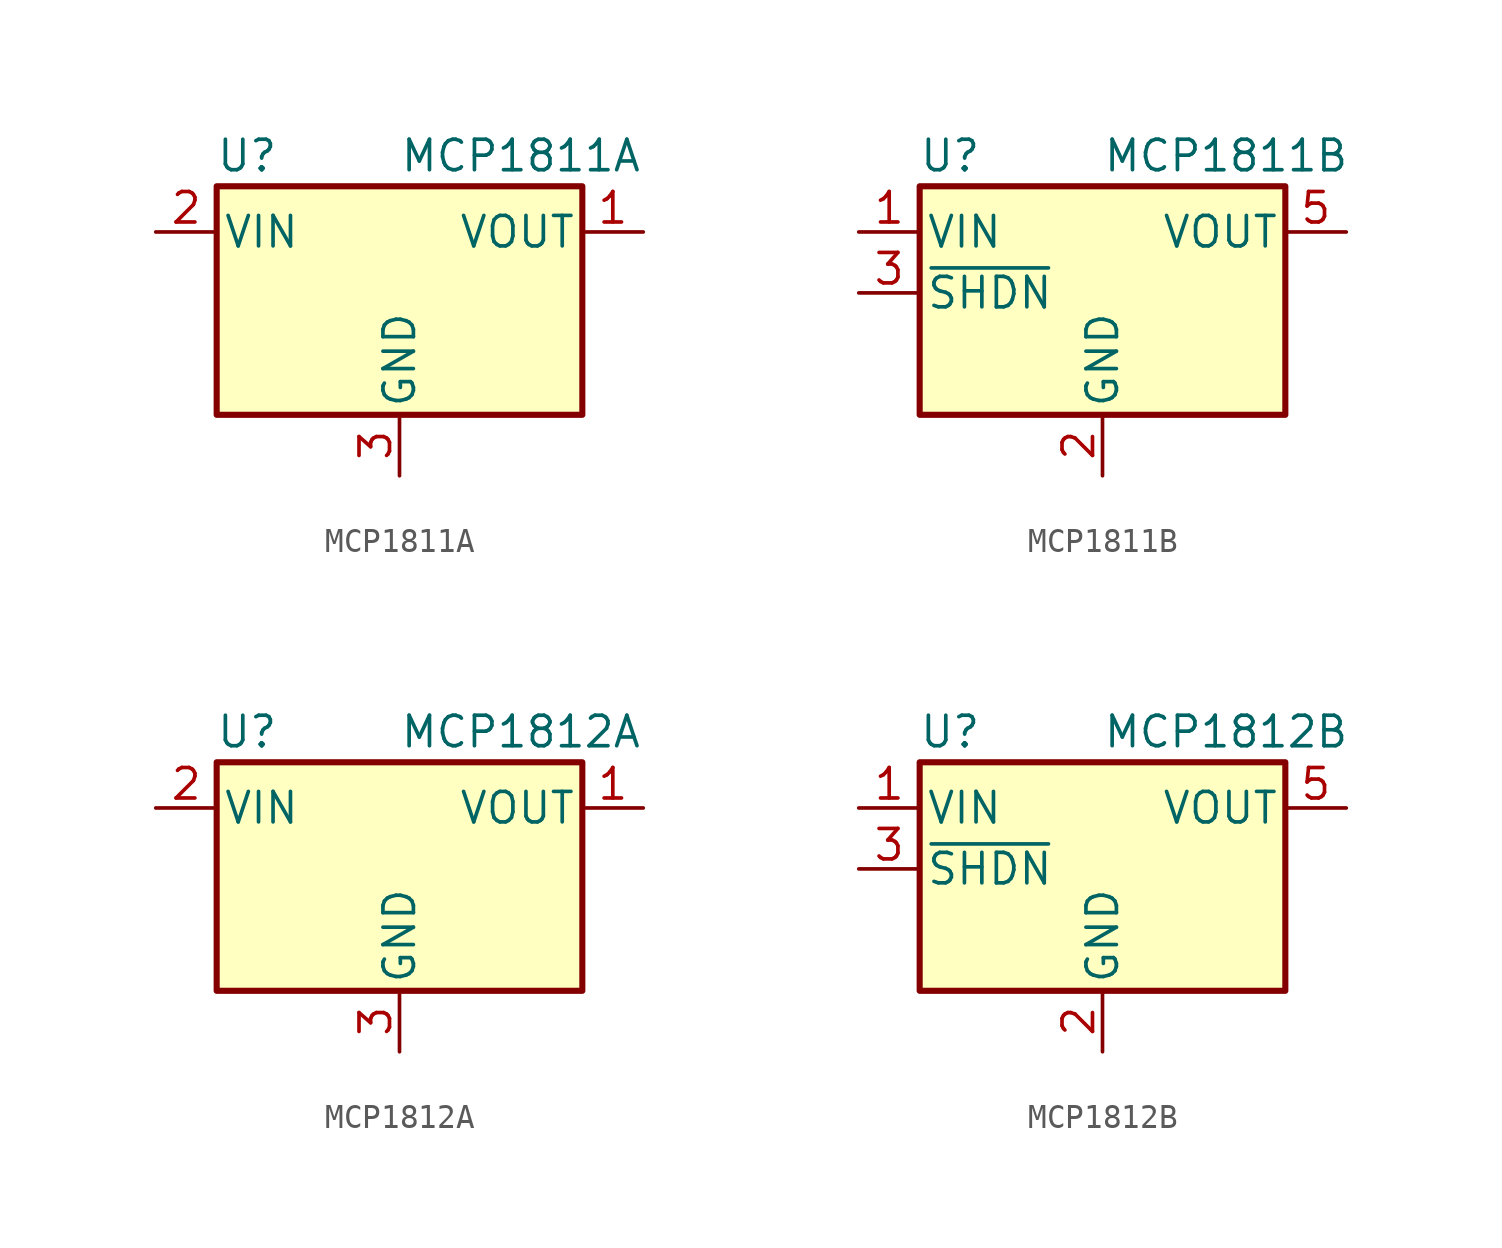
<source format=kicad_sym>
(kicad_symbol_lib
  (version 20211014)
  (generator kicad_symbol_editor)
  (symbol "Regulator_Linear_Goodies:MCP1811A"
    (pin_names
      (offset 0.254))
    (property "Reference" "U"
      (at -6.35 5.715 0)
      (effects (font (size 1.27 1.27))))
    (property "Value" "MCP1811A"
      (at 0 5.715 0)
      (effects (font (size 1.27 1.27)) (justify left)))
    (symbol "MCP1811A_0_1"
      (rectangle (start -7.62 -5.08) (end 7.62 4.445) (stroke (width 0.254) (type default) (color 0 0 0 0)) (fill (type background))))
    (symbol "MCP1811A_1_1"
      (pin power_out line (at 10.16 2.54 180) (length 2.54) (name "VOUT" (effects (font (size 1.27 1.27)))) (number "1" (effects (font (size 1.27 1.27)))))
      (pin power_in line (at -10.16 2.54 0) (length 2.54) (name "VIN" (effects (font (size 1.27 1.27)))) (number "2" (effects (font (size 1.27 1.27)))))
      (pin power_in line (at 0 -7.62 90) (length 2.54) (name "GND" (effects (font (size 1.27 1.27)))) (number "3" (effects (font (size 1.27 1.27)))))
      (pin no_connect line (at 7.62 0 180) (length 2.54) hide (name "NC" (effects (font (size 1.27 1.27)))) (number "3" (effects (font (size 1.27 1.27)))))))
  (symbol "Regulator_Linear_Goodies:MCP1811B"
    (pin_names
      (offset 0.254))
    (property "Reference" "U"
      (at -6.35 5.715 0)
      (effects (font (size 1.27 1.27))))
    (property "Value" "MCP1811B"
      (at 0 5.715 0)
      (effects (font (size 1.27 1.27)) (justify left)))
    (symbol "MCP1811B_0_1"
      (rectangle (start -7.62 -5.08) (end 7.62 4.445) (stroke (width 0.254) (type default) (color 0 0 0 0)) (fill (type background))))
    (symbol "MCP1811B_1_1"
      (pin power_in line (at -10.16 2.54 0) (length 2.54) (name "VIN" (effects (font (size 1.27 1.27)))) (number "1" (effects (font (size 1.27 1.27)))))
      (pin power_in line (at 0 -7.62 90) (length 2.54) (name "GND" (effects (font (size 1.27 1.27)))) (number "2" (effects (font (size 1.27 1.27)))))
      (pin no_connect line (at 7.62 0 180) (length 2.54) hide (name "NC" (effects (font (size 1.27 1.27)))) (number "3" (effects (font (size 1.27 1.27)))))
      (pin input line (at -10.16 0 0) (length 2.54) (name "~{SHDN}" (effects (font (size 1.27 1.27)))) (number "3" (effects (font (size 1.27 1.27)))))
      (pin power_out line (at 10.16 2.54 180) (length 2.54) (name "VOUT" (effects (font (size 1.27 1.27)))) (number "5" (effects (font (size 1.27 1.27)))))))
  (symbol "Regulator_Linear_Goodies:MCP1812A"
    (pin_names
      (offset 0.254))
    (property "Reference" "U"
      (at -6.35 5.715 0)
      (effects (font (size 1.27 1.27))))
    (property "Value" "MCP1812A"
      (at 0 5.715 0)
      (effects (font (size 1.27 1.27)) (justify left)))
    (symbol "MCP1812A_0_1"
      (rectangle (start -7.62 -5.08) (end 7.62 4.445) (stroke (width 0.254) (type default) (color 0 0 0 0)) (fill (type background))))
    (symbol "MCP1812A_1_1"
      (pin power_out line (at 10.16 2.54 180) (length 2.54) (name "VOUT" (effects (font (size 1.27 1.27)))) (number "1" (effects (font (size 1.27 1.27)))))
      (pin power_in line (at -10.16 2.54 0) (length 2.54) (name "VIN" (effects (font (size 1.27 1.27)))) (number "2" (effects (font (size 1.27 1.27)))))
      (pin power_in line (at 0 -7.62 90) (length 2.54) (name "GND" (effects (font (size 1.27 1.27)))) (number "3" (effects (font (size 1.27 1.27)))))
      (pin no_connect line (at 7.62 0 180) (length 2.54) hide (name "NC" (effects (font (size 1.27 1.27)))) (number "3" (effects (font (size 1.27 1.27)))))))
  (symbol "Regulator_Linear_Goodies:MCP1812B"
    (pin_names
      (offset 0.254))
    (property "Reference" "U"
      (at -6.35 5.715 0)
      (effects (font (size 1.27 1.27))))
    (property "Value" "MCP1812B"
      (at 0 5.715 0)
      (effects (font (size 1.27 1.27)) (justify left)))
    (symbol "MCP1812B_0_1"
      (rectangle (start -7.62 -5.08) (end 7.62 4.445) (stroke (width 0.254) (type default) (color 0 0 0 0)) (fill (type background))))
    (symbol "MCP1812B_1_1"
      (pin power_in line (at -10.16 2.54 0) (length 2.54) (name "VIN" (effects (font (size 1.27 1.27)))) (number "1" (effects (font (size 1.27 1.27)))))
      (pin power_in line (at 0 -7.62 90) (length 2.54) (name "GND" (effects (font (size 1.27 1.27)))) (number "2" (effects (font (size 1.27 1.27)))))
      (pin no_connect line (at 7.62 0 180) (length 2.54) hide (name "NC" (effects (font (size 1.27 1.27)))) (number "3" (effects (font (size 1.27 1.27)))))
      (pin input line (at -10.16 0 0) (length 2.54) (name "~{SHDN}" (effects (font (size 1.27 1.27)))) (number "3" (effects (font (size 1.27 1.27)))))
      (pin power_out line (at 10.16 2.54 180) (length 2.54) (name "VOUT" (effects (font (size 1.27 1.27)))) (number "5" (effects (font (size 1.27 1.27))))))))
</source>
